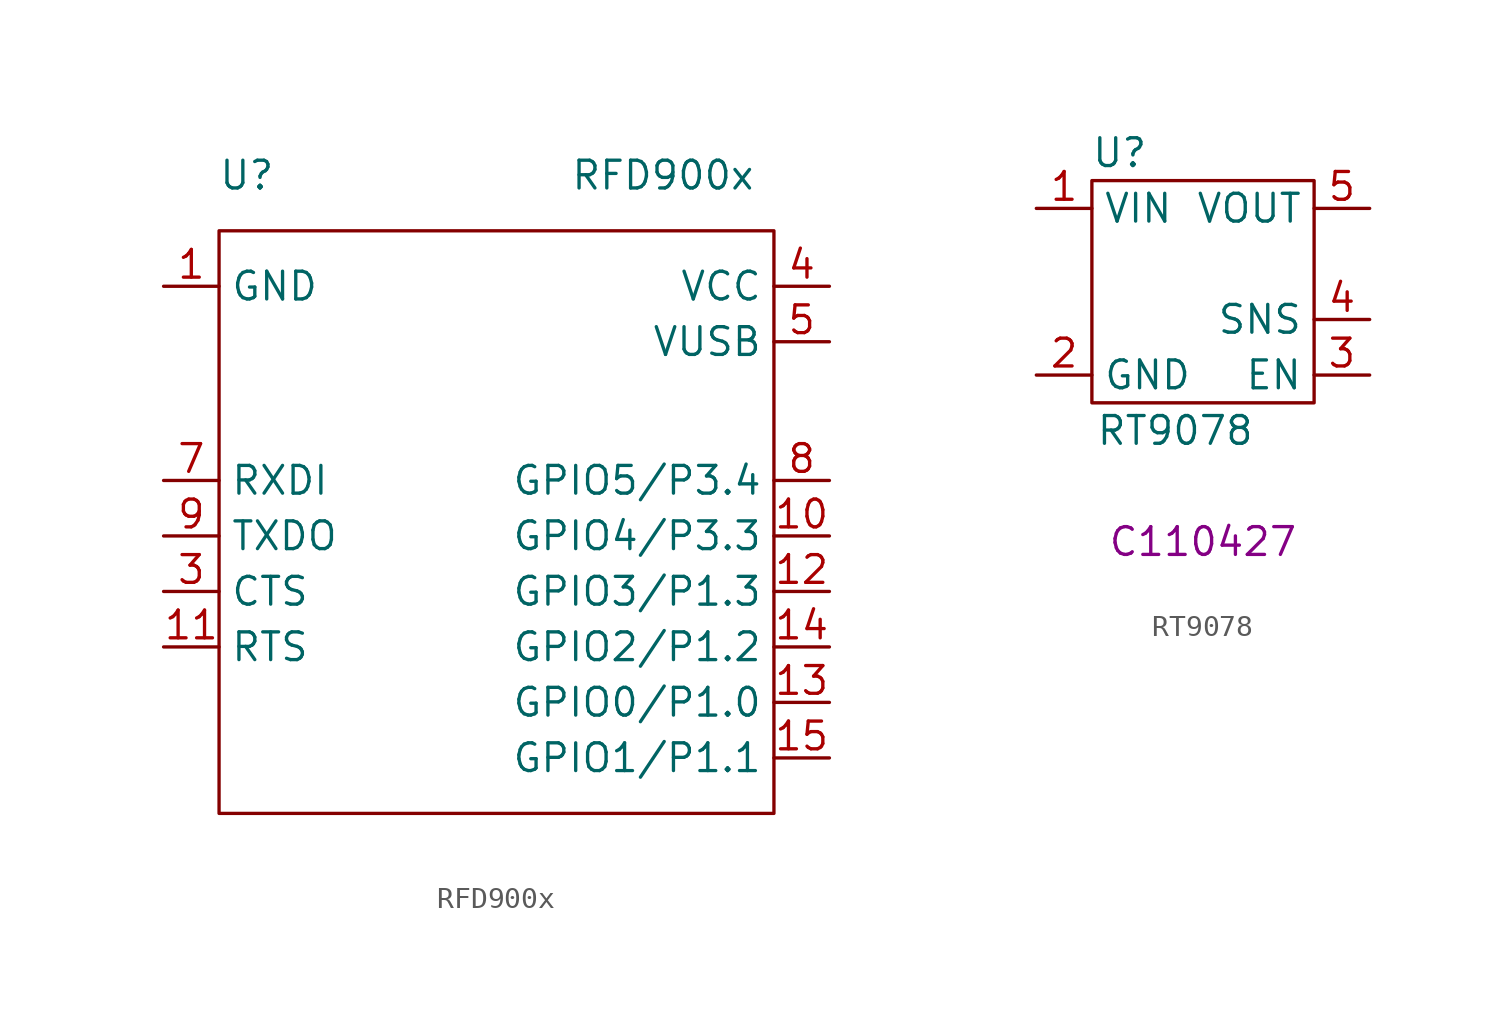
<source format=kicad_sym>
(kicad_symbol_lib
  (version 20211014)
  (generator kicad_symbol_editor)
  (symbol "RFD900x"
    (property "Reference" "U"
      (at 1.27 29.21 0)
      (effects (font (size 1.27 1.27))))
    (property "Value" "RFD900x"
      (at 20.32 29.21 0)
      (effects (font (size 1.27 1.27))))
    (symbol "RFD900x_0_0"
      (pin power_in line (at -2.54 24.13 0) (length 2.54) (name "GND" (effects (font (size 1.27 1.27)))) (number "1" (effects (font (size 1.27 1.27)))))
      (pin bidirectional line (at 27.94 12.7 180) (length 2.54) (name "GPIO4/P3.3" (effects (font (size 1.27 1.27)))) (number "10" (effects (font (size 1.27 1.27)))))
      (pin bidirectional line (at -2.54 7.62 0) (length 2.54) (name "RTS" (effects (font (size 1.27 1.27)))) (number "11" (effects (font (size 1.27 1.27)))))
      (pin bidirectional line (at 27.94 10.16 180) (length 2.54) (name "GPIO3/P1.3" (effects (font (size 1.27 1.27)))) (number "12" (effects (font (size 1.27 1.27)))))
      (pin bidirectional line (at 27.94 5.08 180) (length 2.54) (name "GPIO0/P1.0" (effects (font (size 1.27 1.27)))) (number "13" (effects (font (size 1.27 1.27)))))
      (pin bidirectional line (at 27.94 7.62 180) (length 2.54) (name "GPIO2/P1.2" (effects (font (size 1.27 1.27)))) (number "14" (effects (font (size 1.27 1.27)))))
      (pin bidirectional line (at 27.94 2.54 180) (length 2.54) (name "GPIO1/P1.1" (effects (font (size 1.27 1.27)))) (number "15" (effects (font (size 1.27 1.27)))))
      (pin passive line (at -2.54 24.13 0) (length 2.54) hide (name "GND" (effects (font (size 1.27 1.27)))) (number "16" (effects (font (size 1.27 1.27)))))
      (pin passive line (at -2.54 24.13 0) (length 2.54) hide (name "GND" (effects (font (size 1.27 1.27)))) (number "2" (effects (font (size 1.27 1.27)))))
      (pin bidirectional line (at -2.54 10.16 0) (length 2.54) (name "CTS" (effects (font (size 1.27 1.27)))) (number "3" (effects (font (size 1.27 1.27)))))
      (pin power_in line (at 27.94 24.13 180) (length 2.54) (name "VCC" (effects (font (size 1.27 1.27)))) (number "4" (effects (font (size 1.27 1.27)))))
      (pin power_in line (at 27.94 21.59 180) (length 2.54) (name "VUSB" (effects (font (size 1.27 1.27)))) (number "5" (effects (font (size 1.27 1.27)))))
      (pin passive line (at 27.94 21.59 180) (length 2.54) hide (name "VUSB" (effects (font (size 1.27 1.27)))) (number "6" (effects (font (size 1.27 1.27)))))
      (pin input line (at -2.54 15.24 0) (length 2.54) (name "RXDI" (effects (font (size 1.27 1.27)))) (number "7" (effects (font (size 1.27 1.27)))))
      (pin bidirectional line (at 27.94 15.24 180) (length 2.54) (name "GPIO5/P3.4" (effects (font (size 1.27 1.27)))) (number "8" (effects (font (size 1.27 1.27)))))
      (pin output line (at -2.54 12.7 0) (length 2.54) (name "TXDO" (effects (font (size 1.27 1.27)))) (number "9" (effects (font (size 1.27 1.27))))))
    (symbol "RFD900x_0_1"
      (rectangle (start 0 26.67) (end 25.4 0) (stroke (width 0) (type default) (color 0 0 0 0)) (fill (type none)))))
  (symbol "RT9078"
    (property "Reference" "U"
      (at 1.27 11.43 0)
      (effects (font (size 1.27 1.27))))
    (property "Value" "RT9078"
      (at 3.81 -1.27 0)
      (effects (font (size 1.27 1.27))))
    (property "LCSC" "C110427"
      (at 5.08 -6.35 0)
      (effects (font (size 1.27 1.27))))
    (symbol "RT9078_0_1"
      (rectangle (start 0 10.16) (end 10.16 0) (stroke (width 0) (type default) (color 0 0 0 0)) (fill (type none))))
    (symbol "RT9078_1_1"
      (pin power_in line (at -2.54 8.89 0) (length 2.54) (name "VIN" (effects (font (size 1.27 1.27)))) (number "1" (effects (font (size 1.27 1.27)))))
      (pin power_out line (at -2.54 1.27 0) (length 2.54) (name "GND" (effects (font (size 1.27 1.27)))) (number "2" (effects (font (size 1.27 1.27)))))
      (pin input line (at 12.7 1.27 180) (length 2.54) (name "EN" (effects (font (size 1.27 1.27)))) (number "3" (effects (font (size 1.27 1.27)))))
      (pin input line (at 12.7 3.81 180) (length 2.54) (name "SNS" (effects (font (size 1.27 1.27)))) (number "4" (effects (font (size 1.27 1.27)))))
      (pin power_out line (at 12.7 8.89 180) (length 2.54) (name "VOUT" (effects (font (size 1.27 1.27)))) (number "5" (effects (font (size 1.27 1.27))))))))
</source>
